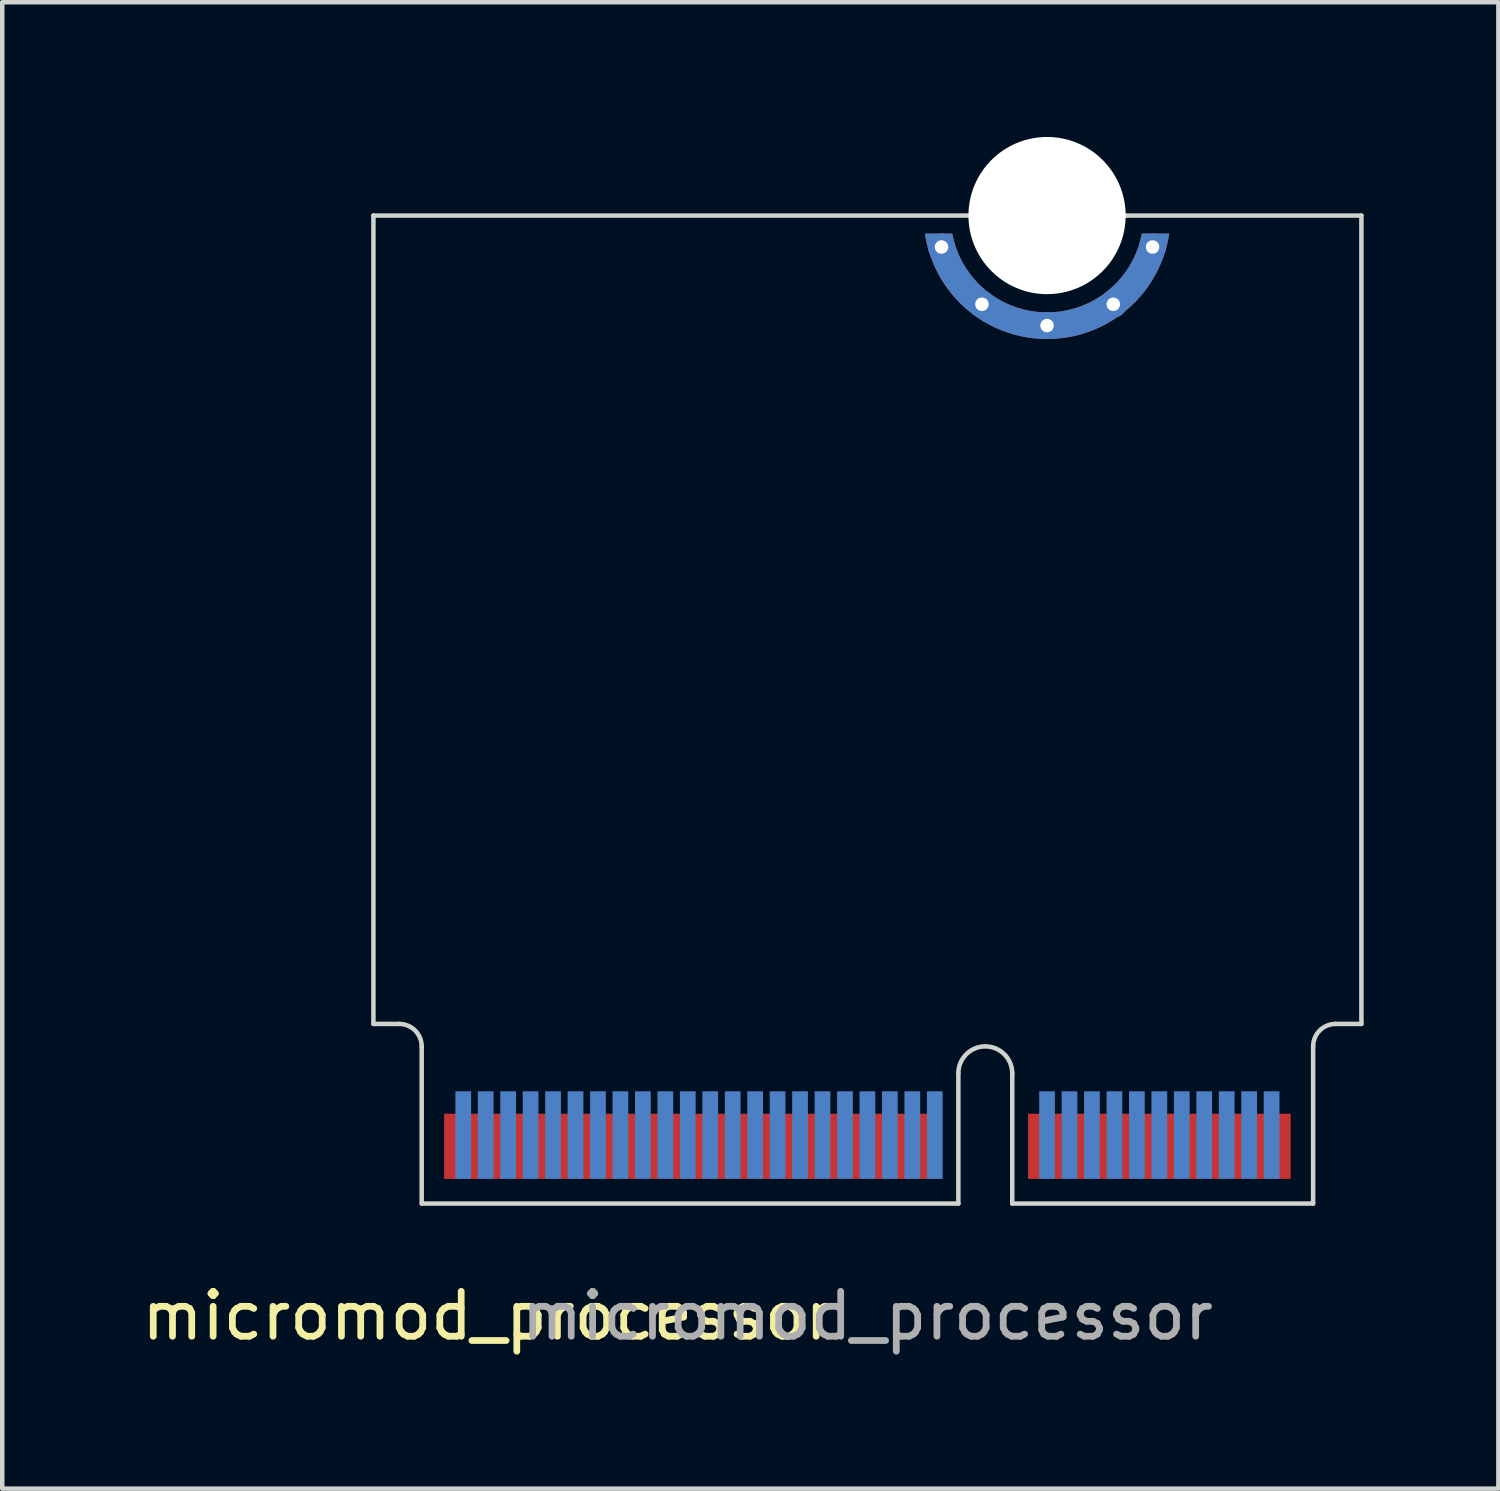
<source format=kicad_pcb>
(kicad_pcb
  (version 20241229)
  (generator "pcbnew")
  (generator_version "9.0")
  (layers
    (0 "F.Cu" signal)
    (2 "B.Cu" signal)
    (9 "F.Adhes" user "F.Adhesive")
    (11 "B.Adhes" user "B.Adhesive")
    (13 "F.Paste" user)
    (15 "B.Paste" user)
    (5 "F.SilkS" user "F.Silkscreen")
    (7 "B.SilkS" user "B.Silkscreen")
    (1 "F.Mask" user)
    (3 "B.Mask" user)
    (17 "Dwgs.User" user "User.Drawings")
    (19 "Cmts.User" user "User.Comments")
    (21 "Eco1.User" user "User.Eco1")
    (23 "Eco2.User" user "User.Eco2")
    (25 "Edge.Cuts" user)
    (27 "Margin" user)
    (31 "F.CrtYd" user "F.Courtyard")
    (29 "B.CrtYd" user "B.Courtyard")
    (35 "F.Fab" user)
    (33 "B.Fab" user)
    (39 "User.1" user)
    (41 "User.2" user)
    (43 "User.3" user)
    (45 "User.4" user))
  (footprint "micromod_processor"
    (layer "F.Cu")
    (at 16.265 23.75)
    (property "Reference" "micromod_processor" (at -8.45 2.5 0) (unlocked yes) (layer "F.SilkS") (effects (font (size 1 1) (thickness 0.15))))
    (attr smd allow_soldermask_bridges)
    (fp_rect (start -9.925 -2.01) (end 9.925 0) (stroke (width 0.1) (type solid)) (fill yes) (layer "F.Mask"))
    (fp_poly (pts (xy 1.3 -22) (xy 1.305 -21.6) (xy 1.89 -21.6) (xy 1.875 -20.85) (xy 2.525 -20.15) (xy 4.525 -19.65) (xy 6.075 -20.6) (xy 6.4 -21.6) (xy 6.695 -21.6) (xy 6.7 -22)) (stroke (width 0.05) (type solid)) (fill yes) (layer "F.Mask"))
    (fp_rect (start -9.925 -2.51) (end 9.925 0) (stroke (width 0.1) (type solid)) (fill yes) (layer "B.Mask"))
    (fp_poly (pts (xy 1.3 -22) (xy 1.305 -21.6) (xy 1.89 -21.6) (xy 1.875 -20.85) (xy 2.525 -20.15) (xy 4.525 -19.65) (xy 6.075 -20.6) (xy 6.4 -21.6) (xy 6.695 -21.6) (xy 6.7 -22)) (stroke (width 0.05) (type solid)) (fill yes) (layer "B.Mask"))
    (fp_line (start -11 -4) (end -11 -22) (stroke (width 0.1) (type default)) (layer "Edge.Cuts"))
    (fp_line (start -11 -4) (end -10.425 -4) (stroke (width 0.1) (type default)) (layer "Edge.Cuts"))
    (fp_line (start -9.925 0) (end -9.925 -3.5) (stroke (width 0.1) (type default)) (layer "Edge.Cuts"))
    (fp_line (start 2.025 -2.9) (end 2.025 0) (stroke (width 0.1) (type default)) (layer "Edge.Cuts"))
    (fp_line (start 2.025 0) (end -9.925 0) (stroke (width 0.1) (type default)) (layer "Edge.Cuts"))
    (fp_line (start 2.25 -22) (end -11 -22) (stroke (width 0.1) (type default)) (layer "Edge.Cuts"))
    (fp_line (start 3.225 -2.9) (end 3.225 0) (stroke (width 0.1) (type default)) (layer "Edge.Cuts"))
    (fp_line (start 3.225 0) (end 9.925 0) (stroke (width 0.1) (type default)) (layer "Edge.Cuts"))
    (fp_line (start 5.75 -22) (end 2.25 -22) (stroke (width 0.1) (type default)) (layer "Edge.Cuts"))
    (fp_line (start 9.925 0) (end 9.925 -3.5) (stroke (width 0.1) (type default)) (layer "Edge.Cuts"))
    (fp_line (start 11 -22) (end 5.75 -22) (stroke (width 0.1) (type default)) (layer "Edge.Cuts"))
    (fp_line (start 11 -22) (end 11 -4) (stroke (width 0.1) (type default)) (layer "Edge.Cuts"))
    (fp_line (start 11 -4) (end 10.425 -4) (stroke (width 0.1) (type default)) (layer "Edge.Cuts"))
    (fp_arc (start -10.425 -4) (mid -10.071447 -3.853553) (end -9.925 -3.5) (stroke (width 0.1) (type default)) (layer "Edge.Cuts"))
    (fp_arc (start 2.025 -2.9) (mid 2.625 -3.5) (end 3.225 -2.9) (stroke (width 0.1) (type default)) (layer "Edge.Cuts"))
    (fp_arc (start 9.925 -3.5) (mid 10.071447 -3.853553) (end 10.425 -4) (stroke (width 0.1) (type default)) (layer "Edge.Cuts"))
    (fp_text user "${REFERENCE}" (at 0 2.5 0) (unlocked yes) (layer "F.Fab") (effects (font (size 1 1) (thickness 0.15))))
    (pad "" np_thru_hole circle (at 4 -22) (size 3.5 3.5) (drill 3.5) (layers "*.Cu" "*.Mask"))
    (pad "1" smd rect (at 9.25 -1.275) (size 0.35 1.45) (layers "F.Cu" "F.Mask"))
    (pad "2" smd rect (at 9 -1.525) (size 0.35 1.95) (layers "B.Cu" "B.Mask"))
    (pad "3" smd rect (at 8.75 -1.275) (size 0.35 1.45) (layers "F.Cu" "F.Mask"))
    (pad "4" smd rect (at 8.5 -1.525) (size 0.35 1.95) (layers "B.Cu" "B.Mask"))
    (pad "5" smd rect (at 8.25 -1.275) (size 0.35 1.45) (layers "F.Cu" "F.Mask"))
    (pad "6" smd rect (at 8 -1.525) (size 0.35 1.95) (layers "B.Cu" "B.Mask"))
    (pad "7" smd rect (at 7.75 -1.275) (size 0.35 1.45) (layers "F.Cu" "F.Mask"))
    (pad "8" smd rect (at 7.5 -1.525) (size 0.35 1.95) (layers "B.Cu" "B.Mask"))
    (pad "9" smd rect (at 7.25 -1.275) (size 0.35 1.45) (layers "F.Cu" "F.Mask"))
    (pad "10" smd rect (at 7 -1.525) (size 0.35 1.95) (layers "B.Cu" "B.Mask"))
    (pad "11" smd rect (at 6.75 -1.275) (size 0.35 1.45) (layers "F.Cu" "F.Mask"))
    (pad "12" smd rect (at 6.5 -1.525) (size 0.35 1.95) (layers "B.Cu" "B.Mask"))
    (pad "13" smd rect (at 6.25 -1.275) (size 0.35 1.45) (layers "F.Cu" "F.Mask"))
    (pad "14" smd rect (at 6 -1.525) (size 0.35 1.95) (layers "B.Cu" "B.Mask"))
    (pad "15" smd rect (at 5.75 -1.275) (size 0.35 1.45) (layers "F.Cu" "F.Mask"))
    (pad "16" smd rect (at 5.5 -1.525) (size 0.35 1.95) (layers "B.Cu" "B.Mask"))
    (pad "17" smd rect (at 5.25 -1.275) (size 0.35 1.45) (layers "F.Cu" "F.Mask"))
    (pad "18" smd rect (at 5 -1.525) (size 0.35 1.95) (layers "B.Cu" "B.Mask"))
    (pad "19" smd rect (at 4.75 -1.275) (size 0.35 1.45) (layers "F.Cu" "F.Mask"))
    (pad "20" smd rect (at 4.5 -1.525) (size 0.35 1.95) (layers "B.Cu" "B.Mask"))
    (pad "21" smd rect (at 4.25 -1.275) (size 0.35 1.45) (layers "F.Cu" "F.Mask"))
    (pad "22" smd rect (at 4 -1.525) (size 0.35 1.95) (layers "B.Cu" "B.Mask"))
    (pad "23" smd rect (at 3.75 -1.275) (size 0.35 1.45) (layers "F.Cu" "F.Mask"))
    (pad "32" smd rect (at 1.5 -1.525) (size 0.35 1.95) (layers "B.Cu" "B.Mask"))
    (pad "33" smd rect (at 1.25 -1.275) (size 0.35 1.45) (layers "F.Cu" "F.Mask"))
    (pad "34" smd rect (at 1 -1.525) (size 0.35 1.95) (layers "B.Cu" "B.Mask"))
    (pad "35" smd rect (at 0.75 -1.275) (size 0.35 1.45) (layers "F.Cu" "F.Mask"))
    (pad "36" smd rect (at 0.5 -1.525) (size 0.35 1.95) (layers "B.Cu" "B.Mask"))
    (pad "37" smd rect (at 0.25 -1.275) (size 0.35 1.45) (layers "F.Cu" "F.Mask"))
    (pad "38" smd rect (at 0 -1.525) (size 0.35 1.95) (layers "B.Cu" "B.Mask"))
    (pad "39" smd rect (at -0.25 -1.275) (size 0.35 1.45) (layers "F.Cu" "F.Mask"))
    (pad "40" smd rect (at -0.5 -1.525) (size 0.35 1.95) (layers "B.Cu" "B.Mask"))
    (pad "41" smd rect (at -0.75 -1.275) (size 0.35 1.45) (layers "F.Cu" "F.Mask"))
    (pad "42" smd rect (at -1 -1.525) (size 0.35 1.95) (layers "B.Cu" "B.Mask"))
    (pad "43" smd rect (at -1.25 -1.275) (size 0.35 1.45) (layers "F.Cu" "F.Mask"))
    (pad "44" smd rect (at -1.5 -1.525) (size 0.35 1.95) (layers "B.Cu" "B.Mask"))
    (pad "45" smd rect (at -1.75 -1.275) (size 0.35 1.45) (layers "F.Cu" "F.Mask"))
    (pad "46" smd rect (at -2 -1.525) (size 0.35 1.95) (layers "B.Cu" "B.Mask"))
    (pad "47" smd rect (at -2.25 -1.275) (size 0.35 1.45) (layers "F.Cu" "F.Mask"))
    (pad "48" smd rect (at -2.5 -1.525) (size 0.35 1.95) (layers "B.Cu" "B.Mask"))
    (pad "49" smd rect (at -2.75 -1.275) (size 0.35 1.45) (layers "F.Cu" "F.Mask"))
    (pad "50" smd rect (at -3 -1.525) (size 0.35 1.95) (layers "B.Cu" "B.Mask"))
    (pad "51" smd rect (at -3.25 -1.275) (size 0.35 1.45) (layers "F.Cu" "F.Mask"))
    (pad "52" smd rect (at -3.5 -1.525) (size 0.35 1.95) (layers "B.Cu" "B.Mask"))
    (pad "53" smd rect (at -3.75 -1.275) (size 0.35 1.45) (layers "F.Cu" "F.Mask"))
    (pad "54" smd rect (at -4 -1.525) (size 0.35 1.95) (layers "B.Cu" "B.Mask"))
    (pad "55" smd rect (at -4.25 -1.275) (size 0.35 1.45) (layers "F.Cu" "F.Mask"))
    (pad "56" smd rect (at -4.5 -1.525) (size 0.35 1.95) (layers "B.Cu" "B.Mask"))
    (pad "57" smd rect (at -4.75 -1.275) (size 0.35 1.45) (layers "F.Cu" "F.Mask"))
    (pad "58" smd rect (at -5 -1.525) (size 0.35 1.95) (layers "B.Cu" "B.Mask"))
    (pad "59" smd rect (at -5.25 -1.275) (size 0.35 1.45) (layers "F.Cu" "F.Mask"))
    (pad "60" smd rect (at -5.5 -1.525) (size 0.35 1.95) (layers "B.Cu" "B.Mask"))
    (pad "61" smd rect (at -5.75 -1.275) (size 0.35 1.45) (layers "F.Cu" "F.Mask"))
    (pad "62" smd rect (at -6 -1.525) (size 0.35 1.95) (layers "B.Cu" "B.Mask"))
    (pad "63" smd rect (at -6.25 -1.275) (size 0.35 1.45) (layers "F.Cu" "F.Mask"))
    (pad "64" smd rect (at -6.5 -1.525) (size 0.35 1.95) (layers "B.Cu" "B.Mask"))
    (pad "65" smd rect (at -6.75 -1.275) (size 0.35 1.45) (layers "F.Cu" "F.Mask"))
    (pad "66" smd rect (at -7 -1.525) (size 0.35 1.95) (layers "B.Cu" "B.Mask"))
    (pad "67" smd rect (at -7.25 -1.275) (size 0.35 1.45) (layers "F.Cu" "F.Mask"))
    (pad "68" smd rect (at -7.5 -1.525) (size 0.35 1.95) (layers "B.Cu" "B.Mask"))
    (pad "69" smd rect (at -7.75 -1.275) (size 0.35 1.45) (layers "F.Cu" "F.Mask"))
    (pad "70" smd rect (at -8 -1.525) (size 0.35 1.95) (layers "B.Cu" "B.Mask"))
    (pad "71" smd rect (at -8.25 -1.275) (size 0.35 1.45) (layers "F.Cu" "F.Mask"))
    (pad "72" smd rect (at -8.5 -1.525) (size 0.35 1.95) (layers "B.Cu" "B.Mask"))
    (pad "73" smd rect (at -8.75 -1.275) (size 0.35 1.45) (layers "F.Cu" "F.Mask"))
    (pad "74" smd rect (at -9 -1.525) (size 0.35 1.95) (layers "B.Cu" "B.Mask"))
    (pad "75" smd rect (at -9.25 -1.275) (size 0.35 1.45) (layers "F.Cu" "F.Mask"))
    (pad "76" thru_hole circle (at 1.65 -21.3) (size 0.6 0.6) (drill 0.3) (property pad_prop_heatsink) (layers "*.Cu" "*.Mask"))
    (pad "76" thru_hole circle (at 2.55 -20.025) (size 0.6 0.6) (drill 0.3) (property pad_prop_heatsink) (layers "*.Cu" "*.Mask"))
    (pad "76" thru_hole circle (at 4 -19.55) (size 0.6 0.6) (drill 0.3) (property pad_prop_heatsink) (layers "*.Cu" "*.Mask"))
    (pad "76" smd custom (at 4 -19.5) (size 0.25 0.25) (layers "F.Cu" "F.Mask") (options (anchor circle)) (primitives (gr_poly (pts (arc (start 2.72 -2.1) (mid 0 0.249254) (end -2.72 -2.1)) (arc (start -2.11 -2.1) (mid 0 -0.345132) (end 2.11 -2.100001))) (width 0) (fill yes))))
    (pad "76" smd custom (at 4 -19.5) (size 0.25 0.25) (layers "B.Cu" "B.Mask") (options (anchor circle)) (primitives (gr_poly (pts (arc (start 2.72 -2.1) (mid 0 0.249254) (end -2.72 -2.1)) (arc (start -2.11 -2.1) (mid 0 -0.345132) (end 2.11 -2.100001))) (width 0) (fill yes))))
    (pad "76" thru_hole circle (at 5.475 -20.025) (size 0.6 0.6) (drill 0.3) (property pad_prop_heatsink) (layers "*.Cu" "*.Mask"))
    (pad "76" thru_hole circle (at 6.35 -21.3) (size 0.6 0.6) (drill 0.3) (property pad_prop_heatsink) (layers "*.Cu" "*.Mask"))
    (zone (net_name "") (layer "F.Cu") (name "Top Keepout") (hatch edge 0.5) (connect_pads) (min_thickness 0.25) (filled_areas_thickness no) (keepout (tracks allowed) (vias allowed) (pads allowed) (copperpour not_allowed) (footprints not_allowed)) (placement (enabled no)) (fill) (polygon (pts (xy 5.845 19.75) (xy 5.911 19.752) (xy 6.038 19.786) (xy 6.151 19.851) (xy 6.244 19.944) (xy 6.31 20.058) (xy 6.344 20.184) (xy 6.345 20.25) (xy 6.345 23.75) (xy 18.295 23.75) (xy 18.295 20.85) (xy 18.297 20.777) (xy 18.332 20.636) (xy 18.4 20.508) (xy 18.496 20.399) (xy 18.616 20.317) (xy 18.751 20.265) (xy 18.895 20.248) (xy 19.04 20.265) (xy 19.175 20.317) (xy 19.295 20.399) (xy 19.391 20.508) (xy 19.459 20.636) (xy 19.493 20.777) (xy 19.495 20.85) (xy 19.495 23.75) (xy 26.195 23.75) (xy 26.195 20.25) (xy 26.197 20.184) (xy 26.231 20.058) (xy 26.297 19.944) (xy 26.39 19.851) (xy 26.503 19.786) (xy 26.63 19.752) (xy 26.695 19.75) (xy 27.27 19.75) (xy 5.27 19.75))))
    (zone (net_name "") (layer "B.Cu") (name "Bottom Keepout") (hatch edge 0.5) (connect_pads) (min_thickness 0.25) (filled_areas_thickness no) (keepout (tracks allowed) (vias allowed) (pads allowed) (copperpour not_allowed) (footprints not_allowed)) (placement (enabled no)) (fill) (polygon (pts (xy 5.265 18.55) (xy 5.265 19.75) (xy 5.84 19.75) (xy 5.906 19.752) (xy 6.033 19.786) (xy 6.146 19.851) (xy 6.239 19.944) (xy 6.305 20.058) (xy 6.339 20.184) (xy 6.34 20.25) (xy 6.34 23.75) (xy 18.29 23.75) (xy 18.29 20.85) (xy 18.292 20.777) (xy 18.327 20.636) (xy 18.395 20.508) (xy 18.491 20.399) (xy 18.611 20.317) (xy 18.746 20.265) (xy 18.89 20.248) (xy 19.035 20.265) (xy 19.17 20.317) (xy 19.29 20.399) (xy 19.386 20.508) (xy 19.454 20.636) (xy 19.488 20.777) (xy 19.49 20.85) (xy 19.49 23.75) (xy 26.19 23.75) (xy 26.19 20.25) (xy 26.192 20.184) (xy 26.226 20.058) (xy 26.292 19.944) (xy 26.385 19.851) (xy 26.498 19.786) (xy 26.625 19.752) (xy 26.69 19.75) (xy 27.265 19.75) (xy 27.265 18.55)))))
  (gr_rect
    (start -3 -3)
    (end 30.315 30.098)
    (stroke (width 0.1) (type default))
    (fill no)
    (layer "Edge.Cuts")))
</source>
